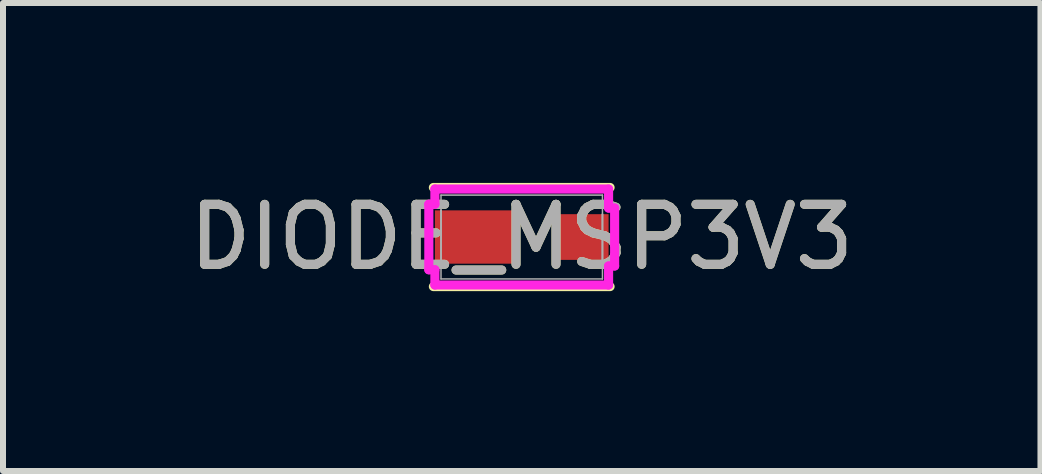
<source format=kicad_pcb>
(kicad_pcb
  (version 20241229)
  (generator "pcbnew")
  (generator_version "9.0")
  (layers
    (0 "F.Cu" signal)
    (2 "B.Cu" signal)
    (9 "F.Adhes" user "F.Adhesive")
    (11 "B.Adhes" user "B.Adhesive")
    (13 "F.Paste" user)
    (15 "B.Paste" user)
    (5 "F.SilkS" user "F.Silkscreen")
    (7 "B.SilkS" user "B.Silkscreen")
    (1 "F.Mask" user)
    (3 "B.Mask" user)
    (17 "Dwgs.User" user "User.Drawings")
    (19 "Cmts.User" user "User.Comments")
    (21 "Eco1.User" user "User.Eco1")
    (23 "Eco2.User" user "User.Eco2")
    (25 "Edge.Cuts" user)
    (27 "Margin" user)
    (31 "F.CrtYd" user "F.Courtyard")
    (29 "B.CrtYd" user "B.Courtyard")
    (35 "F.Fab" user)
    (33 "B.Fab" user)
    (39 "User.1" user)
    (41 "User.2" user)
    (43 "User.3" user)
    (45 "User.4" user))
  (footprint "DIODE_MSP3V3"
    (layer "F.Cu")
    (at 5.649 0.902)
    (property "Reference" "DIODE_MSP3V3" (at 0 0 0) (unlocked yes) (layer "F.SilkS") (effects (font (size 1 1) (thickness 0.15))))
    (attr smd)
    (fp_line (start -1.473 0.826) (end 1.473 0.826) (stroke (width 0.152) (type solid)) (layer "F.SilkS"))
    (fp_line (start 1.473 -0.826) (end -1.473 -0.826) (stroke (width 0.152) (type solid)) (layer "F.SilkS"))
    (fp_line (start -1.549 -0.546) (end -1.448 -0.546) (stroke (width 0.152) (type solid)) (layer "F.CrtYd"))
    (fp_line (start -1.549 0.546) (end -1.549 -0.546) (stroke (width 0.152) (type solid)) (layer "F.CrtYd"))
    (fp_line (start -1.448 -0.8) (end 1.448 -0.8) (stroke (width 0.152) (type solid)) (layer "F.CrtYd"))
    (fp_line (start -1.448 -0.546) (end -1.448 -0.8) (stroke (width 0.152) (type solid)) (layer "F.CrtYd"))
    (fp_line (start -1.448 0.546) (end -1.549 0.546) (stroke (width 0.152) (type solid)) (layer "F.CrtYd"))
    (fp_line (start -1.448 0.8) (end -1.448 0.546) (stroke (width 0.152) (type solid)) (layer "F.CrtYd"))
    (fp_line (start 1.448 -0.8) (end 1.448 -0.483) (stroke (width 0.152) (type solid)) (layer "F.CrtYd"))
    (fp_line (start 1.448 -0.483) (end 1.549 -0.483) (stroke (width 0.152) (type solid)) (layer "F.CrtYd"))
    (fp_line (start 1.448 0.483) (end 1.448 0.8) (stroke (width 0.152) (type solid)) (layer "F.CrtYd"))
    (fp_line (start 1.448 0.8) (end -1.448 0.8) (stroke (width 0.152) (type solid)) (layer "F.CrtYd"))
    (fp_line (start 1.549 -0.483) (end 1.549 0.483) (stroke (width 0.152) (type solid)) (layer "F.CrtYd"))
    (fp_line (start 1.549 0.483) (end 1.448 0.483) (stroke (width 0.152) (type solid)) (layer "F.CrtYd"))
    (fp_line (start -1.346 -0.699) (end -1.346 0.699) (stroke (width 0.025) (type solid)) (layer "F.Fab"))
    (fp_line (start -1.346 -0.445) (end -1.346 -0.445) (stroke (width 0.025) (type solid)) (layer "F.Fab"))
    (fp_line (start -1.346 -0.445) (end -1.346 0.445) (stroke (width 0.025) (type solid)) (layer "F.Fab"))
    (fp_line (start -1.346 0.445) (end -1.346 -0.445) (stroke (width 0.025) (type solid)) (layer "F.Fab"))
    (fp_line (start -1.346 0.445) (end -1.346 0.445) (stroke (width 0.025) (type solid)) (layer "F.Fab"))
    (fp_line (start -1.346 0.699) (end 1.346 0.699) (stroke (width 0.025) (type solid)) (layer "F.Fab"))
    (fp_line (start 1.346 -0.699) (end -1.346 -0.699) (stroke (width 0.025) (type solid)) (layer "F.Fab"))
    (fp_line (start 1.346 -0.381) (end 1.346 -0.381) (stroke (width 0.025) (type solid)) (layer "F.Fab"))
    (fp_line (start 1.346 -0.381) (end 1.346 0.381) (stroke (width 0.025) (type solid)) (layer "F.Fab"))
    (fp_line (start 1.346 0.381) (end 1.346 -0.381) (stroke (width 0.025) (type solid)) (layer "F.Fab"))
    (fp_line (start 1.346 0.381) (end 1.346 0.381) (stroke (width 0.025) (type solid)) (layer "F.Fab"))
    (fp_line (start 1.346 0.699) (end 1.346 -0.699) (stroke (width 0.025) (type solid)) (layer "F.Fab"))
    (fp_text user "${REFERENCE}" (at 0 0 0) (unlocked yes) (layer "F.Fab") (effects (font (size 1 1) (thickness 0.15))))
    (pad "1" smd rect (at -0.749 0) (size 1.397 0.889) (layers "F.Cu" "F.Mask" "F.Paste"))
    (pad "2" smd rect (at 1.016 0) (size 0.864 0.762) (layers "F.Cu" "F.Mask" "F.Paste"))
    (zone (net_name "") (layer "F.Cu") (hatch full 0.508) (connect_pads) (min_thickness 0.254) (filled_areas_thickness no) (keepout (tracks not_allowed) (vias not_allowed) (pads allowed) (copperpour not_allowed) (footprints allowed)) (placement (enabled no)) (fill) (polygon (pts (xy 5.649 0.254) (xy 6.182 0.254) (xy 6.182 1.549) (xy 5.649 1.549)))))
  (gr_rect
    (start -3 -3)
    (end 14.298 4.803)
    (stroke (width 0.1) (type default))
    (fill no)
    (layer "Edge.Cuts")))
</source>
